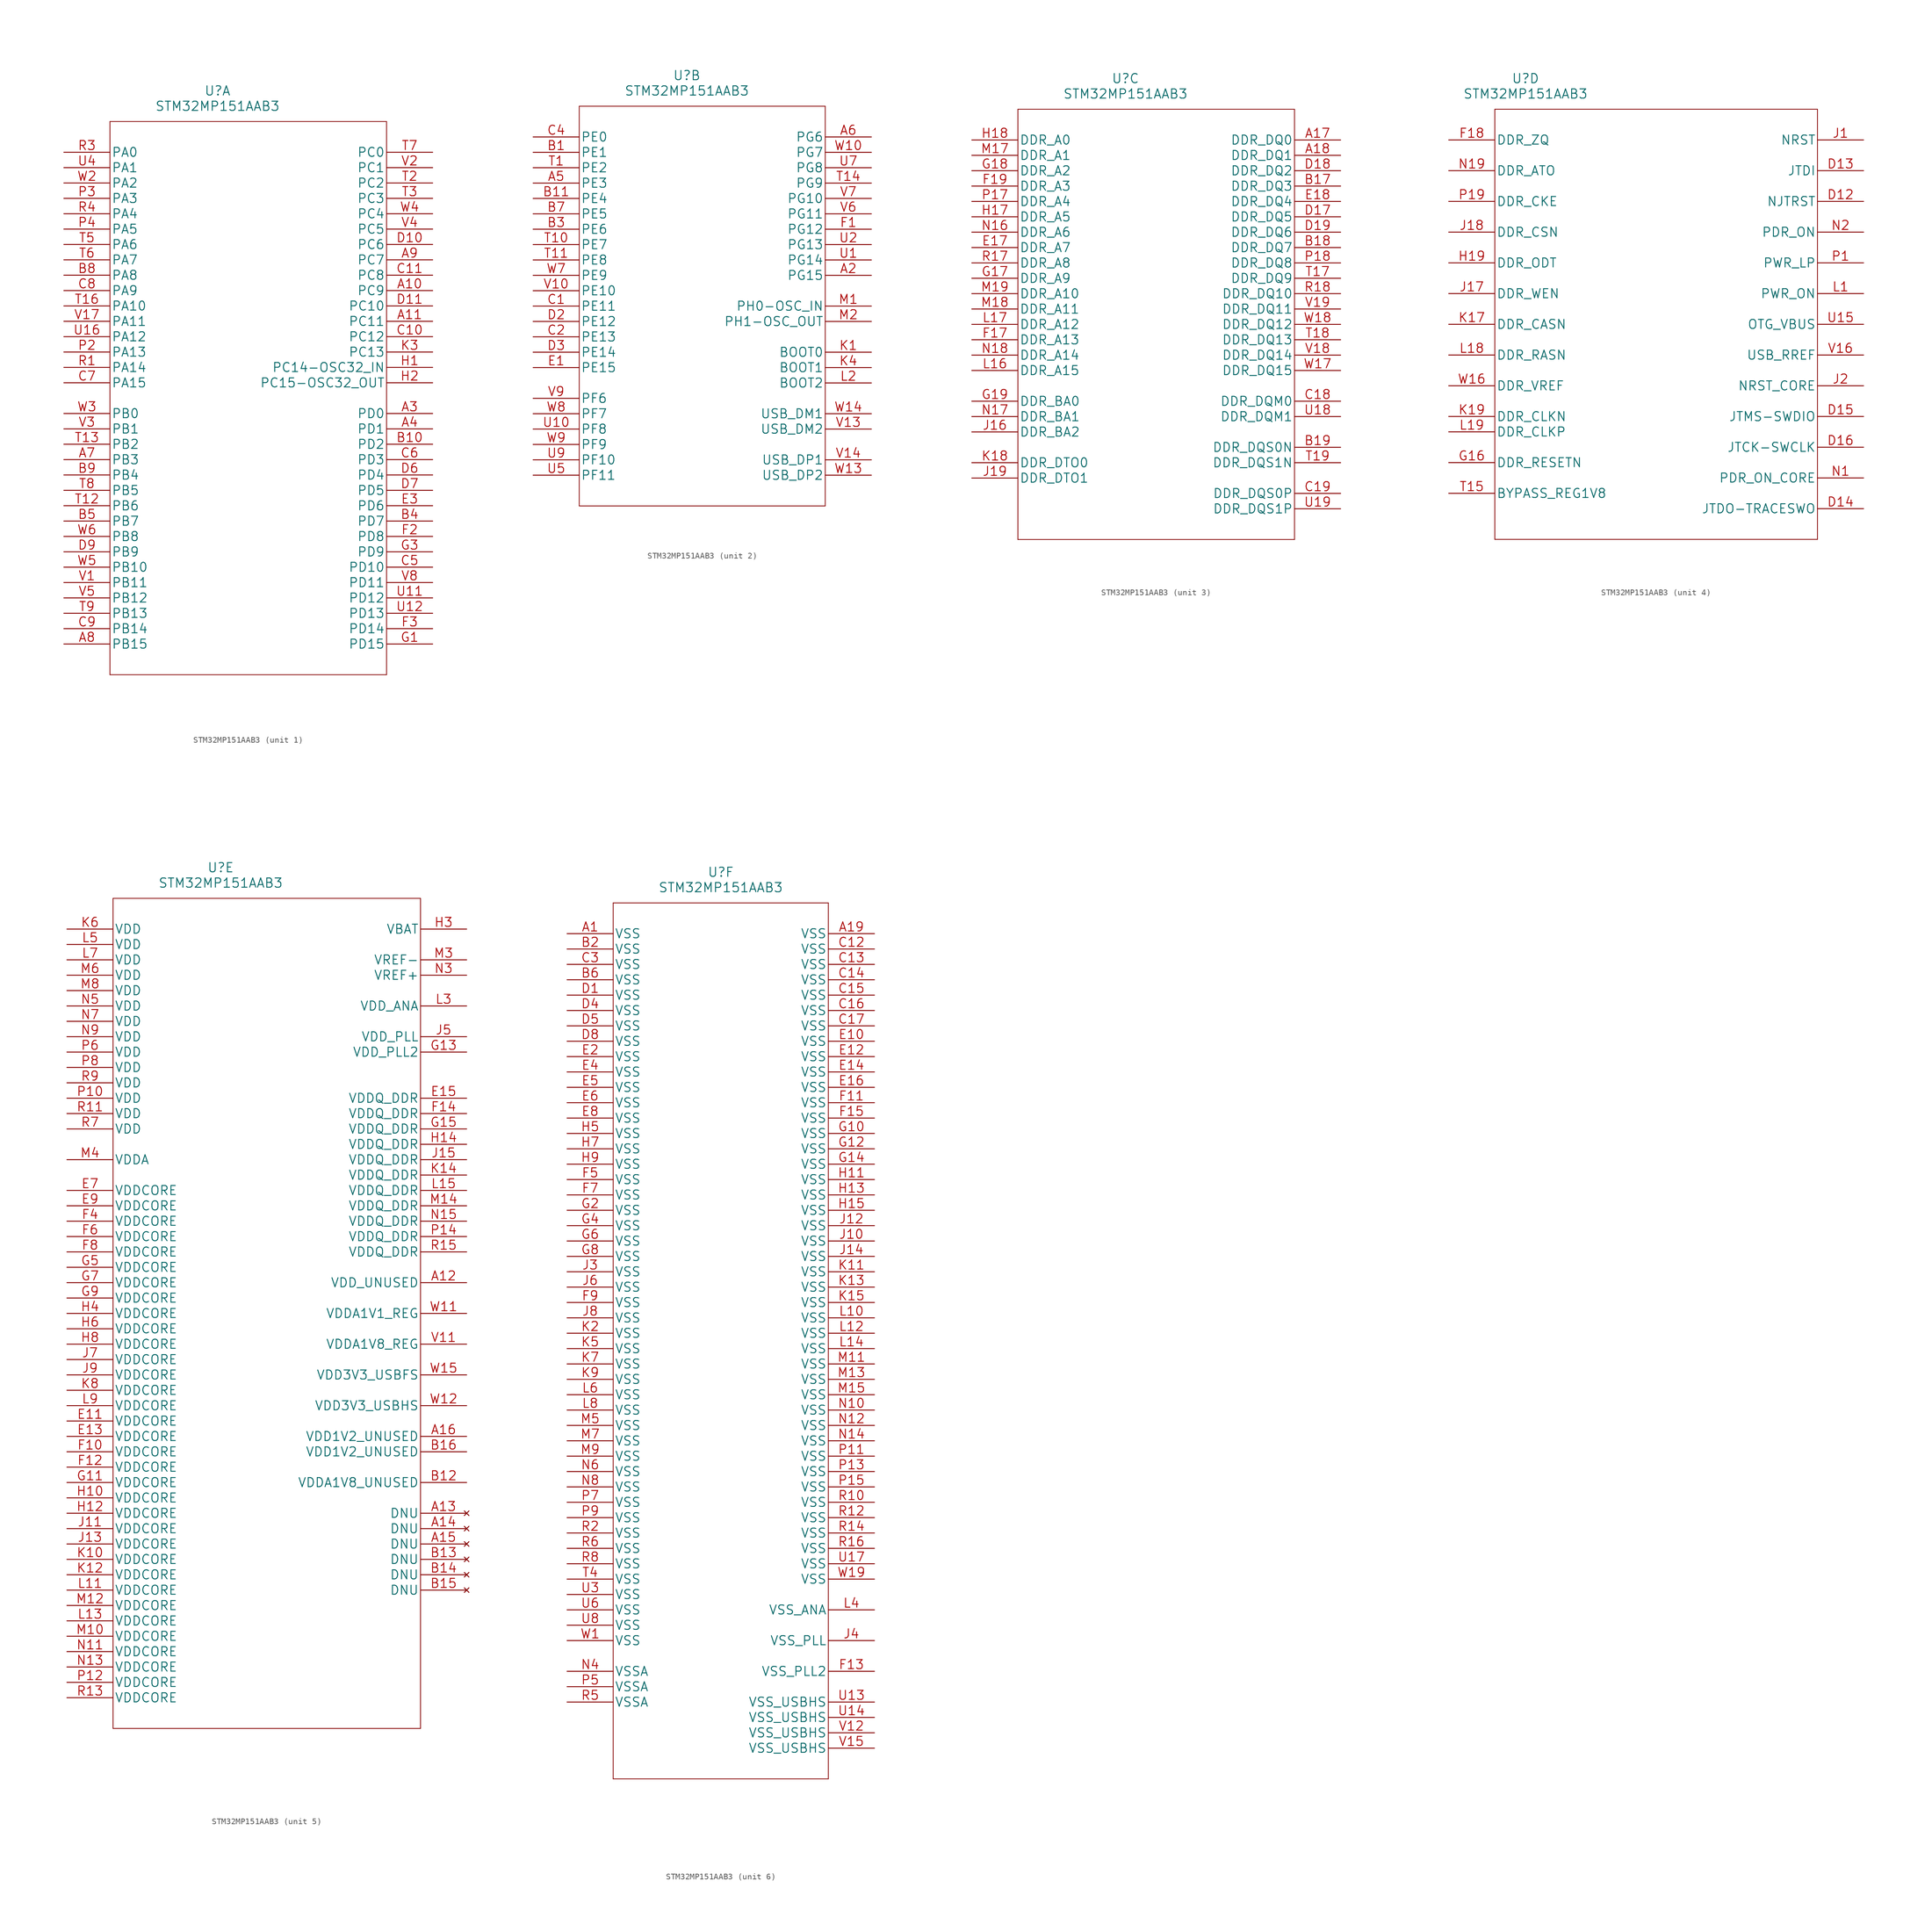
<source format=kicad_sym>
(kicad_symbol_lib
  (version 20211014)
  (generator kicad_symbol_editor)
  (symbol "STM32MP151AAB3"
    (pin_names
      (offset 0.254))
    (property "Reference" "U"
      (at 25.4 10.16 0)
      (effects (font (size 1.524 1.524))))
    (property "Value" "STM32MP151AAB3"
      (at 25.4 7.62 0)
      (effects (font (size 1.524 1.524))))
    (property "Datasheet" ""
      (at 12.7 0 0)
      (effects (font (size 1.524 1.524))))
    (symbol "STM32MP151AAB3_1_1"
      (polyline (pts (xy 7.62 -86.36) (xy 53.34 -86.36)) (stroke (width 0.127) (type default) (color 0 0 0 0)) (fill (type none)))
      (polyline (pts (xy 7.62 5.08) (xy 7.62 -86.36)) (stroke (width 0.127) (type default) (color 0 0 0 0)) (fill (type none)))
      (polyline (pts (xy 53.34 -86.36) (xy 53.34 5.08)) (stroke (width 0.127) (type default) (color 0 0 0 0)) (fill (type none)))
      (polyline (pts (xy 53.34 5.08) (xy 7.62 5.08)) (stroke (width 0.127) (type default) (color 0 0 0 0)) (fill (type none)))
      (pin bidirectional line (at 60.96 -22.86 180) (length 7.62) (name "PC9" (effects (font (size 1.499 1.499)))) (number "A10" (effects (font (size 1.499 1.499)))))
      (pin bidirectional line (at 60.96 -27.94 180) (length 7.62) (name "PC11" (effects (font (size 1.499 1.499)))) (number "A11" (effects (font (size 1.499 1.499)))))
      (pin bidirectional line (at 60.96 -43.18 180) (length 7.62) (name "PD0" (effects (font (size 1.499 1.499)))) (number "A3" (effects (font (size 1.499 1.499)))))
      (pin bidirectional line (at 60.96 -45.72 180) (length 7.62) (name "PD1" (effects (font (size 1.499 1.499)))) (number "A4" (effects (font (size 1.499 1.499)))))
      (pin bidirectional line (at 0 -50.8 0) (length 7.62) (name "PB3" (effects (font (size 1.499 1.499)))) (number "A7" (effects (font (size 1.499 1.499)))))
      (pin bidirectional line (at 0 -81.28 0) (length 7.62) (name "PB15" (effects (font (size 1.499 1.499)))) (number "A8" (effects (font (size 1.499 1.499)))))
      (pin bidirectional line (at 60.96 -17.78 180) (length 7.62) (name "PC7" (effects (font (size 1.499 1.499)))) (number "A9" (effects (font (size 1.499 1.499)))))
      (pin bidirectional line (at 60.96 -48.26 180) (length 7.62) (name "PD2" (effects (font (size 1.499 1.499)))) (number "B10" (effects (font (size 1.499 1.499)))))
      (pin bidirectional line (at 60.96 -60.96 180) (length 7.62) (name "PD7" (effects (font (size 1.499 1.499)))) (number "B4" (effects (font (size 1.499 1.499)))))
      (pin bidirectional line (at 0 -60.96 0) (length 7.62) (name "PB7" (effects (font (size 1.499 1.499)))) (number "B5" (effects (font (size 1.499 1.499)))))
      (pin bidirectional line (at 0 -20.32 0) (length 7.62) (name "PA8" (effects (font (size 1.499 1.499)))) (number "B8" (effects (font (size 1.499 1.499)))))
      (pin bidirectional line (at 0 -53.34 0) (length 7.62) (name "PB4" (effects (font (size 1.499 1.499)))) (number "B9" (effects (font (size 1.499 1.499)))))
      (pin bidirectional line (at 60.96 -30.48 180) (length 7.62) (name "PC12" (effects (font (size 1.499 1.499)))) (number "C10" (effects (font (size 1.499 1.499)))))
      (pin bidirectional line (at 60.96 -20.32 180) (length 7.62) (name "PC8" (effects (font (size 1.499 1.499)))) (number "C11" (effects (font (size 1.499 1.499)))))
      (pin bidirectional line (at 60.96 -68.58 180) (length 7.62) (name "PD10" (effects (font (size 1.499 1.499)))) (number "C5" (effects (font (size 1.499 1.499)))))
      (pin bidirectional line (at 60.96 -50.8 180) (length 7.62) (name "PD3" (effects (font (size 1.499 1.499)))) (number "C6" (effects (font (size 1.499 1.499)))))
      (pin bidirectional line (at 0 -38.1 0) (length 7.62) (name "PA15" (effects (font (size 1.499 1.499)))) (number "C7" (effects (font (size 1.499 1.499)))))
      (pin bidirectional line (at 0 -22.86 0) (length 7.62) (name "PA9" (effects (font (size 1.499 1.499)))) (number "C8" (effects (font (size 1.499 1.499)))))
      (pin bidirectional line (at 0 -78.74 0) (length 7.62) (name "PB14" (effects (font (size 1.499 1.499)))) (number "C9" (effects (font (size 1.499 1.499)))))
      (pin bidirectional line (at 60.96 -15.24 180) (length 7.62) (name "PC6" (effects (font (size 1.499 1.499)))) (number "D10" (effects (font (size 1.499 1.499)))))
      (pin bidirectional line (at 60.96 -25.4 180) (length 7.62) (name "PC10" (effects (font (size 1.499 1.499)))) (number "D11" (effects (font (size 1.499 1.499)))))
      (pin bidirectional line (at 60.96 -53.34 180) (length 7.62) (name "PD4" (effects (font (size 1.499 1.499)))) (number "D6" (effects (font (size 1.499 1.499)))))
      (pin bidirectional line (at 60.96 -55.88 180) (length 7.62) (name "PD5" (effects (font (size 1.499 1.499)))) (number "D7" (effects (font (size 1.499 1.499)))))
      (pin bidirectional line (at 0 -66.04 0) (length 7.62) (name "PB9" (effects (font (size 1.499 1.499)))) (number "D9" (effects (font (size 1.499 1.499)))))
      (pin bidirectional line (at 60.96 -58.42 180) (length 7.62) (name "PD6" (effects (font (size 1.499 1.499)))) (number "E3" (effects (font (size 1.499 1.499)))))
      (pin bidirectional line (at 60.96 -63.5 180) (length 7.62) (name "PD8" (effects (font (size 1.499 1.499)))) (number "F2" (effects (font (size 1.499 1.499)))))
      (pin bidirectional line (at 60.96 -78.74 180) (length 7.62) (name "PD14" (effects (font (size 1.499 1.499)))) (number "F3" (effects (font (size 1.499 1.499)))))
      (pin bidirectional line (at 60.96 -81.28 180) (length 7.62) (name "PD15" (effects (font (size 1.499 1.499)))) (number "G1" (effects (font (size 1.499 1.499)))))
      (pin bidirectional line (at 60.96 -66.04 180) (length 7.62) (name "PD9" (effects (font (size 1.499 1.499)))) (number "G3" (effects (font (size 1.499 1.499)))))
      (pin bidirectional line (at 60.96 -35.56 180) (length 7.62) (name "PC14-OSC32_IN" (effects (font (size 1.499 1.499)))) (number "H1" (effects (font (size 1.499 1.499)))))
      (pin bidirectional line (at 60.96 -38.1 180) (length 7.62) (name "PC15-OSC32_OUT" (effects (font (size 1.499 1.499)))) (number "H2" (effects (font (size 1.499 1.499)))))
      (pin bidirectional line (at 60.96 -33.02 180) (length 7.62) (name "PC13" (effects (font (size 1.499 1.499)))) (number "K3" (effects (font (size 1.499 1.499)))))
      (pin bidirectional line (at 0 -33.02 0) (length 7.62) (name "PA13" (effects (font (size 1.499 1.499)))) (number "P2" (effects (font (size 1.499 1.499)))))
      (pin bidirectional line (at 0 -7.62 0) (length 7.62) (name "PA3" (effects (font (size 1.499 1.499)))) (number "P3" (effects (font (size 1.499 1.499)))))
      (pin bidirectional line (at 0 -12.7 0) (length 7.62) (name "PA5" (effects (font (size 1.499 1.499)))) (number "P4" (effects (font (size 1.499 1.499)))))
      (pin bidirectional line (at 0 -35.56 0) (length 7.62) (name "PA14" (effects (font (size 1.499 1.499)))) (number "R1" (effects (font (size 1.499 1.499)))))
      (pin bidirectional line (at 0 0 0) (length 7.62) (name "PA0" (effects (font (size 1.499 1.499)))) (number "R3" (effects (font (size 1.499 1.499)))))
      (pin bidirectional line (at 0 -10.16 0) (length 7.62) (name "PA4" (effects (font (size 1.499 1.499)))) (number "R4" (effects (font (size 1.499 1.499)))))
      (pin bidirectional line (at 0 -58.42 0) (length 7.62) (name "PB6" (effects (font (size 1.499 1.499)))) (number "T12" (effects (font (size 1.499 1.499)))))
      (pin bidirectional line (at 0 -48.26 0) (length 7.62) (name "PB2" (effects (font (size 1.499 1.499)))) (number "T13" (effects (font (size 1.499 1.499)))))
      (pin bidirectional line (at 0 -25.4 0) (length 7.62) (name "PA10" (effects (font (size 1.499 1.499)))) (number "T16" (effects (font (size 1.499 1.499)))))
      (pin bidirectional line (at 60.96 -5.08 180) (length 7.62) (name "PC2" (effects (font (size 1.499 1.499)))) (number "T2" (effects (font (size 1.499 1.499)))))
      (pin bidirectional line (at 60.96 -7.62 180) (length 7.62) (name "PC3" (effects (font (size 1.499 1.499)))) (number "T3" (effects (font (size 1.499 1.499)))))
      (pin bidirectional line (at 0 -15.24 0) (length 7.62) (name "PA6" (effects (font (size 1.499 1.499)))) (number "T5" (effects (font (size 1.499 1.499)))))
      (pin bidirectional line (at 0 -17.78 0) (length 7.62) (name "PA7" (effects (font (size 1.499 1.499)))) (number "T6" (effects (font (size 1.499 1.499)))))
      (pin bidirectional line (at 60.96 0 180) (length 7.62) (name "PC0" (effects (font (size 1.499 1.499)))) (number "T7" (effects (font (size 1.499 1.499)))))
      (pin bidirectional line (at 0 -55.88 0) (length 7.62) (name "PB5" (effects (font (size 1.499 1.499)))) (number "T8" (effects (font (size 1.499 1.499)))))
      (pin bidirectional line (at 0 -76.2 0) (length 7.62) (name "PB13" (effects (font (size 1.499 1.499)))) (number "T9" (effects (font (size 1.499 1.499)))))
      (pin bidirectional line (at 60.96 -73.66 180) (length 7.62) (name "PD12" (effects (font (size 1.499 1.499)))) (number "U11" (effects (font (size 1.499 1.499)))))
      (pin bidirectional line (at 60.96 -76.2 180) (length 7.62) (name "PD13" (effects (font (size 1.499 1.499)))) (number "U12" (effects (font (size 1.499 1.499)))))
      (pin bidirectional line (at 0 -30.48 0) (length 7.62) (name "PA12" (effects (font (size 1.499 1.499)))) (number "U16" (effects (font (size 1.499 1.499)))))
      (pin bidirectional line (at 0 -2.54 0) (length 7.62) (name "PA1" (effects (font (size 1.499 1.499)))) (number "U4" (effects (font (size 1.499 1.499)))))
      (pin bidirectional line (at 0 -71.12 0) (length 7.62) (name "PB11" (effects (font (size 1.499 1.499)))) (number "V1" (effects (font (size 1.499 1.499)))))
      (pin bidirectional line (at 0 -27.94 0) (length 7.62) (name "PA11" (effects (font (size 1.499 1.499)))) (number "V17" (effects (font (size 1.499 1.499)))))
      (pin bidirectional line (at 60.96 -2.54 180) (length 7.62) (name "PC1" (effects (font (size 1.499 1.499)))) (number "V2" (effects (font (size 1.499 1.499)))))
      (pin bidirectional line (at 0 -45.72 0) (length 7.62) (name "PB1" (effects (font (size 1.499 1.499)))) (number "V3" (effects (font (size 1.499 1.499)))))
      (pin bidirectional line (at 60.96 -12.7 180) (length 7.62) (name "PC5" (effects (font (size 1.499 1.499)))) (number "V4" (effects (font (size 1.499 1.499)))))
      (pin bidirectional line (at 0 -73.66 0) (length 7.62) (name "PB12" (effects (font (size 1.499 1.499)))) (number "V5" (effects (font (size 1.499 1.499)))))
      (pin bidirectional line (at 60.96 -71.12 180) (length 7.62) (name "PD11" (effects (font (size 1.499 1.499)))) (number "V8" (effects (font (size 1.499 1.499)))))
      (pin bidirectional line (at 0 -5.08 0) (length 7.62) (name "PA2" (effects (font (size 1.499 1.499)))) (number "W2" (effects (font (size 1.499 1.499)))))
      (pin bidirectional line (at 0 -43.18 0) (length 7.62) (name "PB0" (effects (font (size 1.499 1.499)))) (number "W3" (effects (font (size 1.499 1.499)))))
      (pin bidirectional line (at 60.96 -10.16 180) (length 7.62) (name "PC4" (effects (font (size 1.499 1.499)))) (number "W4" (effects (font (size 1.499 1.499)))))
      (pin bidirectional line (at 0 -68.58 0) (length 7.62) (name "PB10" (effects (font (size 1.499 1.499)))) (number "W5" (effects (font (size 1.499 1.499)))))
      (pin bidirectional line (at 0 -63.5 0) (length 7.62) (name "PB8" (effects (font (size 1.499 1.499)))) (number "W6" (effects (font (size 1.499 1.499))))))
    (symbol "STM32MP151AAB3_2_1"
      (polyline (pts (xy 7.62 -60.96) (xy 48.26 -60.96)) (stroke (width 0.127) (type default) (color 0 0 0 0)) (fill (type none)))
      (polyline (pts (xy 7.62 5.08) (xy 7.62 -60.96)) (stroke (width 0.127) (type default) (color 0 0 0 0)) (fill (type none)))
      (polyline (pts (xy 48.26 -60.96) (xy 48.26 5.08)) (stroke (width 0.127) (type default) (color 0 0 0 0)) (fill (type none)))
      (polyline (pts (xy 48.26 5.08) (xy 7.62 5.08)) (stroke (width 0.127) (type default) (color 0 0 0 0)) (fill (type none)))
      (pin bidirectional line (at 55.88 -22.86 180) (length 7.62) (name "PG15" (effects (font (size 1.499 1.499)))) (number "A2" (effects (font (size 1.499 1.499)))))
      (pin bidirectional line (at 0 -7.62 0) (length 7.62) (name "PE3" (effects (font (size 1.499 1.499)))) (number "A5" (effects (font (size 1.499 1.499)))))
      (pin bidirectional line (at 55.88 0 180) (length 7.62) (name "PG6" (effects (font (size 1.499 1.499)))) (number "A6" (effects (font (size 1.499 1.499)))))
      (pin bidirectional line (at 0 -2.54 0) (length 7.62) (name "PE1" (effects (font (size 1.499 1.499)))) (number "B1" (effects (font (size 1.499 1.499)))))
      (pin bidirectional line (at 0 -10.16 0) (length 7.62) (name "PE4" (effects (font (size 1.499 1.499)))) (number "B11" (effects (font (size 1.499 1.499)))))
      (pin bidirectional line (at 0 -15.24 0) (length 7.62) (name "PE6" (effects (font (size 1.499 1.499)))) (number "B3" (effects (font (size 1.499 1.499)))))
      (pin bidirectional line (at 0 -12.7 0) (length 7.62) (name "PE5" (effects (font (size 1.499 1.499)))) (number "B7" (effects (font (size 1.499 1.499)))))
      (pin bidirectional line (at 0 -27.94 0) (length 7.62) (name "PE11" (effects (font (size 1.499 1.499)))) (number "C1" (effects (font (size 1.499 1.499)))))
      (pin bidirectional line (at 0 -33.02 0) (length 7.62) (name "PE13" (effects (font (size 1.499 1.499)))) (number "C2" (effects (font (size 1.499 1.499)))))
      (pin bidirectional line (at 0 0 0) (length 7.62) (name "PE0" (effects (font (size 1.499 1.499)))) (number "C4" (effects (font (size 1.499 1.499)))))
      (pin bidirectional line (at 0 -30.48 0) (length 7.62) (name "PE12" (effects (font (size 1.499 1.499)))) (number "D2" (effects (font (size 1.499 1.499)))))
      (pin bidirectional line (at 0 -35.56 0) (length 7.62) (name "PE14" (effects (font (size 1.499 1.499)))) (number "D3" (effects (font (size 1.499 1.499)))))
      (pin bidirectional line (at 0 -38.1 0) (length 7.62) (name "PE15" (effects (font (size 1.499 1.499)))) (number "E1" (effects (font (size 1.499 1.499)))))
      (pin bidirectional line (at 55.88 -15.24 180) (length 7.62) (name "PG12" (effects (font (size 1.499 1.499)))) (number "F1" (effects (font (size 1.499 1.499)))))
      (pin input line (at 55.88 -35.56 180) (length 7.62) (name "BOOT0" (effects (font (size 1.499 1.499)))) (number "K1" (effects (font (size 1.499 1.499)))))
      (pin input line (at 55.88 -38.1 180) (length 7.62) (name "BOOT1" (effects (font (size 1.499 1.499)))) (number "K4" (effects (font (size 1.499 1.499)))))
      (pin input line (at 55.88 -40.64 180) (length 7.62) (name "BOOT2" (effects (font (size 1.499 1.499)))) (number "L2" (effects (font (size 1.499 1.499)))))
      (pin bidirectional line (at 55.88 -27.94 180) (length 7.62) (name "PH0-OSC_IN" (effects (font (size 1.499 1.499)))) (number "M1" (effects (font (size 1.499 1.499)))))
      (pin bidirectional line (at 55.88 -30.48 180) (length 7.62) (name "PH1-OSC_OUT" (effects (font (size 1.499 1.499)))) (number "M2" (effects (font (size 1.499 1.499)))))
      (pin bidirectional line (at 0 -5.08 0) (length 7.62) (name "PE2" (effects (font (size 1.499 1.499)))) (number "T1" (effects (font (size 1.499 1.499)))))
      (pin bidirectional line (at 0 -17.78 0) (length 7.62) (name "PE7" (effects (font (size 1.499 1.499)))) (number "T10" (effects (font (size 1.499 1.499)))))
      (pin bidirectional line (at 0 -20.32 0) (length 7.62) (name "PE8" (effects (font (size 1.499 1.499)))) (number "T11" (effects (font (size 1.499 1.499)))))
      (pin bidirectional line (at 55.88 -7.62 180) (length 7.62) (name "PG9" (effects (font (size 1.499 1.499)))) (number "T14" (effects (font (size 1.499 1.499)))))
      (pin bidirectional line (at 55.88 -20.32 180) (length 7.62) (name "PG14" (effects (font (size 1.499 1.499)))) (number "U1" (effects (font (size 1.499 1.499)))))
      (pin bidirectional line (at 0 -48.26 0) (length 7.62) (name "PF8" (effects (font (size 1.499 1.499)))) (number "U10" (effects (font (size 1.499 1.499)))))
      (pin bidirectional line (at 55.88 -17.78 180) (length 7.62) (name "PG13" (effects (font (size 1.499 1.499)))) (number "U2" (effects (font (size 1.499 1.499)))))
      (pin bidirectional line (at 0 -55.88 0) (length 7.62) (name "PF11" (effects (font (size 1.499 1.499)))) (number "U5" (effects (font (size 1.499 1.499)))))
      (pin bidirectional line (at 55.88 -5.08 180) (length 7.62) (name "PG8" (effects (font (size 1.499 1.499)))) (number "U7" (effects (font (size 1.499 1.499)))))
      (pin bidirectional line (at 0 -53.34 0) (length 7.62) (name "PF10" (effects (font (size 1.499 1.499)))) (number "U9" (effects (font (size 1.499 1.499)))))
      (pin bidirectional line (at 0 -25.4 0) (length 7.62) (name "PE10" (effects (font (size 1.499 1.499)))) (number "V10" (effects (font (size 1.499 1.499)))))
      (pin bidirectional line (at 55.88 -48.26 180) (length 7.62) (name "USB_DM2" (effects (font (size 1.499 1.499)))) (number "V13" (effects (font (size 1.499 1.499)))))
      (pin bidirectional line (at 55.88 -53.34 180) (length 7.62) (name "USB_DP1" (effects (font (size 1.499 1.499)))) (number "V14" (effects (font (size 1.499 1.499)))))
      (pin bidirectional line (at 55.88 -12.7 180) (length 7.62) (name "PG11" (effects (font (size 1.499 1.499)))) (number "V6" (effects (font (size 1.499 1.499)))))
      (pin bidirectional line (at 55.88 -10.16 180) (length 7.62) (name "PG10" (effects (font (size 1.499 1.499)))) (number "V7" (effects (font (size 1.499 1.499)))))
      (pin bidirectional line (at 0 -43.18 0) (length 7.62) (name "PF6" (effects (font (size 1.499 1.499)))) (number "V9" (effects (font (size 1.499 1.499)))))
      (pin bidirectional line (at 55.88 -2.54 180) (length 7.62) (name "PG7" (effects (font (size 1.499 1.499)))) (number "W10" (effects (font (size 1.499 1.499)))))
      (pin bidirectional line (at 55.88 -55.88 180) (length 7.62) (name "USB_DP2" (effects (font (size 1.499 1.499)))) (number "W13" (effects (font (size 1.499 1.499)))))
      (pin bidirectional line (at 55.88 -45.72 180) (length 7.62) (name "USB_DM1" (effects (font (size 1.499 1.499)))) (number "W14" (effects (font (size 1.499 1.499)))))
      (pin bidirectional line (at 0 -22.86 0) (length 7.62) (name "PE9" (effects (font (size 1.499 1.499)))) (number "W7" (effects (font (size 1.499 1.499)))))
      (pin bidirectional line (at 0 -45.72 0) (length 7.62) (name "PF7" (effects (font (size 1.499 1.499)))) (number "W8" (effects (font (size 1.499 1.499)))))
      (pin bidirectional line (at 0 -50.8 0) (length 7.62) (name "PF9" (effects (font (size 1.499 1.499)))) (number "W9" (effects (font (size 1.499 1.499))))))
    (symbol "STM32MP151AAB3_3_1"
      (polyline (pts (xy 7.62 -66.04) (xy 53.34 -66.04)) (stroke (width 0.127) (type default) (color 0 0 0 0)) (fill (type none)))
      (polyline (pts (xy 7.62 5.08) (xy 7.62 -66.04)) (stroke (width 0.127) (type default) (color 0 0 0 0)) (fill (type none)))
      (polyline (pts (xy 53.34 -66.04) (xy 53.34 5.08)) (stroke (width 0.127) (type default) (color 0 0 0 0)) (fill (type none)))
      (polyline (pts (xy 53.34 5.08) (xy 7.62 5.08)) (stroke (width 0.127) (type default) (color 0 0 0 0)) (fill (type none)))
      (pin bidirectional line (at 60.96 0 180) (length 7.62) (name "DDR_DQ0" (effects (font (size 1.499 1.499)))) (number "A17" (effects (font (size 1.499 1.499)))))
      (pin bidirectional line (at 60.96 -2.54 180) (length 7.62) (name "DDR_DQ1" (effects (font (size 1.499 1.499)))) (number "A18" (effects (font (size 1.499 1.499)))))
      (pin bidirectional line (at 60.96 -7.62 180) (length 7.62) (name "DDR_DQ3" (effects (font (size 1.499 1.499)))) (number "B17" (effects (font (size 1.499 1.499)))))
      (pin bidirectional line (at 60.96 -17.78 180) (length 7.62) (name "DDR_DQ7" (effects (font (size 1.499 1.499)))) (number "B18" (effects (font (size 1.499 1.499)))))
      (pin bidirectional line (at 60.96 -50.8 180) (length 7.62) (name "DDR_DQS0N" (effects (font (size 1.499 1.499)))) (number "B19" (effects (font (size 1.499 1.499)))))
      (pin output line (at 60.96 -43.18 180) (length 7.62) (name "DDR_DQM0" (effects (font (size 1.499 1.499)))) (number "C18" (effects (font (size 1.499 1.499)))))
      (pin bidirectional line (at 60.96 -58.42 180) (length 7.62) (name "DDR_DQS0P" (effects (font (size 1.499 1.499)))) (number "C19" (effects (font (size 1.499 1.499)))))
      (pin bidirectional line (at 60.96 -12.7 180) (length 7.62) (name "DDR_DQ5" (effects (font (size 1.499 1.499)))) (number "D17" (effects (font (size 1.499 1.499)))))
      (pin bidirectional line (at 60.96 -5.08 180) (length 7.62) (name "DDR_DQ2" (effects (font (size 1.499 1.499)))) (number "D18" (effects (font (size 1.499 1.499)))))
      (pin bidirectional line (at 60.96 -15.24 180) (length 7.62) (name "DDR_DQ6" (effects (font (size 1.499 1.499)))) (number "D19" (effects (font (size 1.499 1.499)))))
      (pin output line (at 0 -17.78 0) (length 7.62) (name "DDR_A7" (effects (font (size 1.499 1.499)))) (number "E17" (effects (font (size 1.499 1.499)))))
      (pin bidirectional line (at 60.96 -10.16 180) (length 7.62) (name "DDR_DQ4" (effects (font (size 1.499 1.499)))) (number "E18" (effects (font (size 1.499 1.499)))))
      (pin output line (at 0 -33.02 0) (length 7.62) (name "DDR_A13" (effects (font (size 1.499 1.499)))) (number "F17" (effects (font (size 1.499 1.499)))))
      (pin output line (at 0 -7.62 0) (length 7.62) (name "DDR_A3" (effects (font (size 1.499 1.499)))) (number "F19" (effects (font (size 1.499 1.499)))))
      (pin output line (at 0 -22.86 0) (length 7.62) (name "DDR_A9" (effects (font (size 1.499 1.499)))) (number "G17" (effects (font (size 1.499 1.499)))))
      (pin output line (at 0 -5.08 0) (length 7.62) (name "DDR_A2" (effects (font (size 1.499 1.499)))) (number "G18" (effects (font (size 1.499 1.499)))))
      (pin output line (at 0 -43.18 0) (length 7.62) (name "DDR_BA0" (effects (font (size 1.499 1.499)))) (number "G19" (effects (font (size 1.499 1.499)))))
      (pin output line (at 0 -12.7 0) (length 7.62) (name "DDR_A5" (effects (font (size 1.499 1.499)))) (number "H17" (effects (font (size 1.499 1.499)))))
      (pin output line (at 0 0 0) (length 7.62) (name "DDR_A0" (effects (font (size 1.499 1.499)))) (number "H18" (effects (font (size 1.499 1.499)))))
      (pin output line (at 0 -48.26 0) (length 7.62) (name "DDR_BA2" (effects (font (size 1.499 1.499)))) (number "J16" (effects (font (size 1.499 1.499)))))
      (pin output line (at 0 -55.88 0) (length 7.62) (name "DDR_DTO1" (effects (font (size 1.499 1.499)))) (number "J19" (effects (font (size 1.499 1.499)))))
      (pin output line (at 0 -53.34 0) (length 7.62) (name "DDR_DTO0" (effects (font (size 1.499 1.499)))) (number "K18" (effects (font (size 1.499 1.499)))))
      (pin output line (at 0 -38.1 0) (length 7.62) (name "DDR_A15" (effects (font (size 1.499 1.499)))) (number "L16" (effects (font (size 1.499 1.499)))))
      (pin output line (at 0 -30.48 0) (length 7.62) (name "DDR_A12" (effects (font (size 1.499 1.499)))) (number "L17" (effects (font (size 1.499 1.499)))))
      (pin output line (at 0 -2.54 0) (length 7.62) (name "DDR_A1" (effects (font (size 1.499 1.499)))) (number "M17" (effects (font (size 1.499 1.499)))))
      (pin output line (at 0 -27.94 0) (length 7.62) (name "DDR_A11" (effects (font (size 1.499 1.499)))) (number "M18" (effects (font (size 1.499 1.499)))))
      (pin output line (at 0 -25.4 0) (length 7.62) (name "DDR_A10" (effects (font (size 1.499 1.499)))) (number "M19" (effects (font (size 1.499 1.499)))))
      (pin output line (at 0 -15.24 0) (length 7.62) (name "DDR_A6" (effects (font (size 1.499 1.499)))) (number "N16" (effects (font (size 1.499 1.499)))))
      (pin output line (at 0 -45.72 0) (length 7.62) (name "DDR_BA1" (effects (font (size 1.499 1.499)))) (number "N17" (effects (font (size 1.499 1.499)))))
      (pin output line (at 0 -35.56 0) (length 7.62) (name "DDR_A14" (effects (font (size 1.499 1.499)))) (number "N18" (effects (font (size 1.499 1.499)))))
      (pin output line (at 0 -10.16 0) (length 7.62) (name "DDR_A4" (effects (font (size 1.499 1.499)))) (number "P17" (effects (font (size 1.499 1.499)))))
      (pin bidirectional line (at 60.96 -20.32 180) (length 7.62) (name "DDR_DQ8" (effects (font (size 1.499 1.499)))) (number "P18" (effects (font (size 1.499 1.499)))))
      (pin output line (at 0 -20.32 0) (length 7.62) (name "DDR_A8" (effects (font (size 1.499 1.499)))) (number "R17" (effects (font (size 1.499 1.499)))))
      (pin bidirectional line (at 60.96 -25.4 180) (length 7.62) (name "DDR_DQ10" (effects (font (size 1.499 1.499)))) (number "R18" (effects (font (size 1.499 1.499)))))
      (pin bidirectional line (at 60.96 -22.86 180) (length 7.62) (name "DDR_DQ9" (effects (font (size 1.499 1.499)))) (number "T17" (effects (font (size 1.499 1.499)))))
      (pin bidirectional line (at 60.96 -33.02 180) (length 7.62) (name "DDR_DQ13" (effects (font (size 1.499 1.499)))) (number "T18" (effects (font (size 1.499 1.499)))))
      (pin bidirectional line (at 60.96 -53.34 180) (length 7.62) (name "DDR_DQS1N" (effects (font (size 1.499 1.499)))) (number "T19" (effects (font (size 1.499 1.499)))))
      (pin output line (at 60.96 -45.72 180) (length 7.62) (name "DDR_DQM1" (effects (font (size 1.499 1.499)))) (number "U18" (effects (font (size 1.499 1.499)))))
      (pin bidirectional line (at 60.96 -60.96 180) (length 7.62) (name "DDR_DQS1P" (effects (font (size 1.499 1.499)))) (number "U19" (effects (font (size 1.499 1.499)))))
      (pin bidirectional line (at 60.96 -35.56 180) (length 7.62) (name "DDR_DQ14" (effects (font (size 1.499 1.499)))) (number "V18" (effects (font (size 1.499 1.499)))))
      (pin bidirectional line (at 60.96 -27.94 180) (length 7.62) (name "DDR_DQ11" (effects (font (size 1.499 1.499)))) (number "V19" (effects (font (size 1.499 1.499)))))
      (pin bidirectional line (at 60.96 -38.1 180) (length 7.62) (name "DDR_DQ15" (effects (font (size 1.499 1.499)))) (number "W17" (effects (font (size 1.499 1.499)))))
      (pin bidirectional line (at 60.96 -30.48 180) (length 7.62) (name "DDR_DQ12" (effects (font (size 1.499 1.499)))) (number "W18" (effects (font (size 1.499 1.499))))))
    (symbol "STM32MP151AAB3_4_1"
      (polyline (pts (xy 20.32 -66.04) (xy 73.66 -66.04)) (stroke (width 0.127) (type default) (color 0 0 0 0)) (fill (type none)))
      (polyline (pts (xy 20.32 5.08) (xy 20.32 -66.04)) (stroke (width 0.127) (type default) (color 0 0 0 0)) (fill (type none)))
      (polyline (pts (xy 73.66 -66.04) (xy 73.66 5.08)) (stroke (width 0.127) (type default) (color 0 0 0 0)) (fill (type none)))
      (polyline (pts (xy 73.66 5.08) (xy 20.32 5.08)) (stroke (width 0.127) (type default) (color 0 0 0 0)) (fill (type none)))
      (pin input line (at 81.28 -10.16 180) (length 7.62) (name "NJTRST" (effects (font (size 1.499 1.499)))) (number "D12" (effects (font (size 1.499 1.499)))))
      (pin input line (at 81.28 -5.08 180) (length 7.62) (name "JTDI" (effects (font (size 1.499 1.499)))) (number "D13" (effects (font (size 1.499 1.499)))))
      (pin output line (at 81.28 -60.96 180) (length 7.62) (name "JTDO-TRACESWO" (effects (font (size 1.499 1.499)))) (number "D14" (effects (font (size 1.499 1.499)))))
      (pin bidirectional line (at 81.28 -45.72 180) (length 7.62) (name "JTMS-SWDIO" (effects (font (size 1.499 1.499)))) (number "D15" (effects (font (size 1.499 1.499)))))
      (pin input line (at 81.28 -50.8 180) (length 7.62) (name "JTCK-SWCLK" (effects (font (size 1.499 1.499)))) (number "D16" (effects (font (size 1.499 1.499)))))
      (pin output line (at 12.7 0 0) (length 7.62) (name "DDR_ZQ" (effects (font (size 1.499 1.499)))) (number "F18" (effects (font (size 1.499 1.499)))))
      (pin output line (at 12.7 -53.34 0) (length 7.62) (name "DDR_RESETN" (effects (font (size 1.499 1.499)))) (number "G16" (effects (font (size 1.499 1.499)))))
      (pin output line (at 12.7 -20.32 0) (length 7.62) (name "DDR_ODT" (effects (font (size 1.499 1.499)))) (number "H19" (effects (font (size 1.499 1.499)))))
      (pin bidirectional line (at 81.28 0 180) (length 7.62) (name "NRST" (effects (font (size 1.499 1.499)))) (number "J1" (effects (font (size 1.499 1.499)))))
      (pin output line (at 12.7 -25.4 0) (length 7.62) (name "DDR_WEN" (effects (font (size 1.499 1.499)))) (number "J17" (effects (font (size 1.499 1.499)))))
      (pin output line (at 12.7 -15.24 0) (length 7.62) (name "DDR_CSN" (effects (font (size 1.499 1.499)))) (number "J18" (effects (font (size 1.499 1.499)))))
      (pin input line (at 81.28 -40.64 180) (length 7.62) (name "NRST_CORE" (effects (font (size 1.499 1.499)))) (number "J2" (effects (font (size 1.499 1.499)))))
      (pin output line (at 12.7 -30.48 0) (length 7.62) (name "DDR_CASN" (effects (font (size 1.499 1.499)))) (number "K17" (effects (font (size 1.499 1.499)))))
      (pin output line (at 12.7 -45.72 0) (length 7.62) (name "DDR_CLKN" (effects (font (size 1.499 1.499)))) (number "K19" (effects (font (size 1.499 1.499)))))
      (pin output line (at 81.28 -25.4 180) (length 7.62) (name "PWR_ON" (effects (font (size 1.499 1.499)))) (number "L1" (effects (font (size 1.499 1.499)))))
      (pin output line (at 12.7 -35.56 0) (length 7.62) (name "DDR_RASN" (effects (font (size 1.499 1.499)))) (number "L18" (effects (font (size 1.499 1.499)))))
      (pin output line (at 12.7 -48.26 0) (length 7.62) (name "DDR_CLKP" (effects (font (size 1.499 1.499)))) (number "L19" (effects (font (size 1.499 1.499)))))
      (pin input line (at 81.28 -55.88 180) (length 7.62) (name "PDR_ON_CORE" (effects (font (size 1.499 1.499)))) (number "N1" (effects (font (size 1.499 1.499)))))
      (pin unspecified line (at 12.7 -5.08 0) (length 7.62) (name "DDR_ATO" (effects (font (size 1.499 1.499)))) (number "N19" (effects (font (size 1.499 1.499)))))
      (pin input line (at 81.28 -15.24 180) (length 7.62) (name "PDR_ON" (effects (font (size 1.499 1.499)))) (number "N2" (effects (font (size 1.499 1.499)))))
      (pin output line (at 81.28 -20.32 180) (length 7.62) (name "PWR_LP" (effects (font (size 1.499 1.499)))) (number "P1" (effects (font (size 1.499 1.499)))))
      (pin output line (at 12.7 -10.16 0) (length 7.62) (name "DDR_CKE" (effects (font (size 1.499 1.499)))) (number "P19" (effects (font (size 1.499 1.499)))))
      (pin input line (at 12.7 -58.42 0) (length 7.62) (name "BYPASS_REG1V8" (effects (font (size 1.499 1.499)))) (number "T15" (effects (font (size 1.499 1.499)))))
      (pin power_in line (at 81.28 -30.48 180) (length 7.62) (name "OTG_VBUS" (effects (font (size 1.499 1.499)))) (number "U15" (effects (font (size 1.499 1.499)))))
      (pin output line (at 81.28 -35.56 180) (length 7.62) (name "USB_RREF" (effects (font (size 1.499 1.499)))) (number "V16" (effects (font (size 1.499 1.499)))))
      (pin input line (at 12.7 -40.64 0) (length 7.62) (name "DDR_VREF" (effects (font (size 1.499 1.499)))) (number "W16" (effects (font (size 1.499 1.499))))))
    (symbol "STM32MP151AAB3_5_1"
      (polyline (pts (xy 7.62 -132.08) (xy 58.42 -132.08)) (stroke (width 0.127) (type default) (color 0 0 0 0)) (fill (type none)))
      (polyline (pts (xy 7.62 5.08) (xy 7.62 -132.08)) (stroke (width 0.127) (type default) (color 0 0 0 0)) (fill (type none)))
      (polyline (pts (xy 58.42 -132.08) (xy 58.42 5.08)) (stroke (width 0.127) (type default) (color 0 0 0 0)) (fill (type none)))
      (polyline (pts (xy 58.42 5.08) (xy 7.62 5.08)) (stroke (width 0.127) (type default) (color 0 0 0 0)) (fill (type none)))
      (pin power_in line (at 66.04 -58.42 180) (length 7.62) (name "VDD_UNUSED" (effects (font (size 1.499 1.499)))) (number "A12" (effects (font (size 1.499 1.499)))))
      (pin no_connect line (at 66.04 -96.52 180) (length 7.62) (name "DNU" (effects (font (size 1.499 1.499)))) (number "A13" (effects (font (size 1.499 1.499)))))
      (pin no_connect line (at 66.04 -99.06 180) (length 7.62) (name "DNU" (effects (font (size 1.499 1.499)))) (number "A14" (effects (font (size 1.499 1.499)))))
      (pin no_connect line (at 66.04 -101.6 180) (length 7.62) (name "DNU" (effects (font (size 1.499 1.499)))) (number "A15" (effects (font (size 1.499 1.499)))))
      (pin power_in line (at 66.04 -83.82 180) (length 7.62) (name "VDD1V2_UNUSED" (effects (font (size 1.499 1.499)))) (number "A16" (effects (font (size 1.499 1.499)))))
      (pin power_in line (at 66.04 -91.44 180) (length 7.62) (name "VDDA1V8_UNUSED" (effects (font (size 1.499 1.499)))) (number "B12" (effects (font (size 1.499 1.499)))))
      (pin no_connect line (at 66.04 -104.14 180) (length 7.62) (name "DNU" (effects (font (size 1.499 1.499)))) (number "B13" (effects (font (size 1.499 1.499)))))
      (pin no_connect line (at 66.04 -106.68 180) (length 7.62) (name "DNU" (effects (font (size 1.499 1.499)))) (number "B14" (effects (font (size 1.499 1.499)))))
      (pin no_connect line (at 66.04 -109.22 180) (length 7.62) (name "DNU" (effects (font (size 1.499 1.499)))) (number "B15" (effects (font (size 1.499 1.499)))))
      (pin power_in line (at 66.04 -86.36 180) (length 7.62) (name "VDD1V2_UNUSED" (effects (font (size 1.499 1.499)))) (number "B16" (effects (font (size 1.499 1.499)))))
      (pin power_in line (at 0 -81.28 0) (length 7.62) (name "VDDCORE" (effects (font (size 1.499 1.499)))) (number "E11" (effects (font (size 1.499 1.499)))))
      (pin power_in line (at 0 -83.82 0) (length 7.62) (name "VDDCORE" (effects (font (size 1.499 1.499)))) (number "E13" (effects (font (size 1.499 1.499)))))
      (pin power_in line (at 66.04 -27.94 180) (length 7.62) (name "VDDQ_DDR" (effects (font (size 1.499 1.499)))) (number "E15" (effects (font (size 1.499 1.499)))))
      (pin power_in line (at 0 -43.18 0) (length 7.62) (name "VDDCORE" (effects (font (size 1.499 1.499)))) (number "E7" (effects (font (size 1.499 1.499)))))
      (pin power_in line (at 0 -45.72 0) (length 7.62) (name "VDDCORE" (effects (font (size 1.499 1.499)))) (number "E9" (effects (font (size 1.499 1.499)))))
      (pin power_in line (at 0 -86.36 0) (length 7.62) (name "VDDCORE" (effects (font (size 1.499 1.499)))) (number "F10" (effects (font (size 1.499 1.499)))))
      (pin power_in line (at 0 -88.9 0) (length 7.62) (name "VDDCORE" (effects (font (size 1.499 1.499)))) (number "F12" (effects (font (size 1.499 1.499)))))
      (pin power_in line (at 66.04 -30.48 180) (length 7.62) (name "VDDQ_DDR" (effects (font (size 1.499 1.499)))) (number "F14" (effects (font (size 1.499 1.499)))))
      (pin power_in line (at 0 -48.26 0) (length 7.62) (name "VDDCORE" (effects (font (size 1.499 1.499)))) (number "F4" (effects (font (size 1.499 1.499)))))
      (pin power_in line (at 0 -50.8 0) (length 7.62) (name "VDDCORE" (effects (font (size 1.499 1.499)))) (number "F6" (effects (font (size 1.499 1.499)))))
      (pin power_in line (at 0 -53.34 0) (length 7.62) (name "VDDCORE" (effects (font (size 1.499 1.499)))) (number "F8" (effects (font (size 1.499 1.499)))))
      (pin power_in line (at 0 -91.44 0) (length 7.62) (name "VDDCORE" (effects (font (size 1.499 1.499)))) (number "G11" (effects (font (size 1.499 1.499)))))
      (pin power_in line (at 66.04 -20.32 180) (length 7.62) (name "VDD_PLL2" (effects (font (size 1.499 1.499)))) (number "G13" (effects (font (size 1.499 1.499)))))
      (pin power_in line (at 66.04 -33.02 180) (length 7.62) (name "VDDQ_DDR" (effects (font (size 1.499 1.499)))) (number "G15" (effects (font (size 1.499 1.499)))))
      (pin power_in line (at 0 -55.88 0) (length 7.62) (name "VDDCORE" (effects (font (size 1.499 1.499)))) (number "G5" (effects (font (size 1.499 1.499)))))
      (pin power_in line (at 0 -58.42 0) (length 7.62) (name "VDDCORE" (effects (font (size 1.499 1.499)))) (number "G7" (effects (font (size 1.499 1.499)))))
      (pin power_in line (at 0 -60.96 0) (length 7.62) (name "VDDCORE" (effects (font (size 1.499 1.499)))) (number "G9" (effects (font (size 1.499 1.499)))))
      (pin power_in line (at 0 -93.98 0) (length 7.62) (name "VDDCORE" (effects (font (size 1.499 1.499)))) (number "H10" (effects (font (size 1.499 1.499)))))
      (pin power_in line (at 0 -96.52 0) (length 7.62) (name "VDDCORE" (effects (font (size 1.499 1.499)))) (number "H12" (effects (font (size 1.499 1.499)))))
      (pin power_in line (at 66.04 -35.56 180) (length 7.62) (name "VDDQ_DDR" (effects (font (size 1.499 1.499)))) (number "H14" (effects (font (size 1.499 1.499)))))
      (pin power_in line (at 66.04 0 180) (length 7.62) (name "VBAT" (effects (font (size 1.499 1.499)))) (number "H3" (effects (font (size 1.499 1.499)))))
      (pin power_in line (at 0 -63.5 0) (length 7.62) (name "VDDCORE" (effects (font (size 1.499 1.499)))) (number "H4" (effects (font (size 1.499 1.499)))))
      (pin power_in line (at 0 -66.04 0) (length 7.62) (name "VDDCORE" (effects (font (size 1.499 1.499)))) (number "H6" (effects (font (size 1.499 1.499)))))
      (pin power_in line (at 0 -68.58 0) (length 7.62) (name "VDDCORE" (effects (font (size 1.499 1.499)))) (number "H8" (effects (font (size 1.499 1.499)))))
      (pin power_in line (at 0 -99.06 0) (length 7.62) (name "VDDCORE" (effects (font (size 1.499 1.499)))) (number "J11" (effects (font (size 1.499 1.499)))))
      (pin power_in line (at 0 -101.6 0) (length 7.62) (name "VDDCORE" (effects (font (size 1.499 1.499)))) (number "J13" (effects (font (size 1.499 1.499)))))
      (pin power_in line (at 66.04 -38.1 180) (length 7.62) (name "VDDQ_DDR" (effects (font (size 1.499 1.499)))) (number "J15" (effects (font (size 1.499 1.499)))))
      (pin power_in line (at 66.04 -17.78 180) (length 7.62) (name "VDD_PLL" (effects (font (size 1.499 1.499)))) (number "J5" (effects (font (size 1.499 1.499)))))
      (pin power_in line (at 0 -71.12 0) (length 7.62) (name "VDDCORE" (effects (font (size 1.499 1.499)))) (number "J7" (effects (font (size 1.499 1.499)))))
      (pin power_in line (at 0 -73.66 0) (length 7.62) (name "VDDCORE" (effects (font (size 1.499 1.499)))) (number "J9" (effects (font (size 1.499 1.499)))))
      (pin power_in line (at 0 -104.14 0) (length 7.62) (name "VDDCORE" (effects (font (size 1.499 1.499)))) (number "K10" (effects (font (size 1.499 1.499)))))
      (pin power_in line (at 0 -106.68 0) (length 7.62) (name "VDDCORE" (effects (font (size 1.499 1.499)))) (number "K12" (effects (font (size 1.499 1.499)))))
      (pin power_in line (at 66.04 -40.64 180) (length 7.62) (name "VDDQ_DDR" (effects (font (size 1.499 1.499)))) (number "K14" (effects (font (size 1.499 1.499)))))
      (pin power_in line (at 0 0 0) (length 7.62) (name "VDD" (effects (font (size 1.499 1.499)))) (number "K6" (effects (font (size 1.499 1.499)))))
      (pin power_in line (at 0 -76.2 0) (length 7.62) (name "VDDCORE" (effects (font (size 1.499 1.499)))) (number "K8" (effects (font (size 1.499 1.499)))))
      (pin power_in line (at 0 -109.22 0) (length 7.62) (name "VDDCORE" (effects (font (size 1.499 1.499)))) (number "L11" (effects (font (size 1.499 1.499)))))
      (pin power_in line (at 0 -114.3 0) (length 7.62) (name "VDDCORE" (effects (font (size 1.499 1.499)))) (number "L13" (effects (font (size 1.499 1.499)))))
      (pin power_in line (at 66.04 -43.18 180) (length 7.62) (name "VDDQ_DDR" (effects (font (size 1.499 1.499)))) (number "L15" (effects (font (size 1.499 1.499)))))
      (pin power_in line (at 66.04 -12.7 180) (length 7.62) (name "VDD_ANA" (effects (font (size 1.499 1.499)))) (number "L3" (effects (font (size 1.499 1.499)))))
      (pin power_in line (at 0 -2.54 0) (length 7.62) (name "VDD" (effects (font (size 1.499 1.499)))) (number "L5" (effects (font (size 1.499 1.499)))))
      (pin power_in line (at 0 -5.08 0) (length 7.62) (name "VDD" (effects (font (size 1.499 1.499)))) (number "L7" (effects (font (size 1.499 1.499)))))
      (pin power_in line (at 0 -78.74 0) (length 7.62) (name "VDDCORE" (effects (font (size 1.499 1.499)))) (number "L9" (effects (font (size 1.499 1.499)))))
      (pin power_in line (at 0 -116.84 0) (length 7.62) (name "VDDCORE" (effects (font (size 1.499 1.499)))) (number "M10" (effects (font (size 1.499 1.499)))))
      (pin power_in line (at 0 -111.76 0) (length 7.62) (name "VDDCORE" (effects (font (size 1.499 1.499)))) (number "M12" (effects (font (size 1.499 1.499)))))
      (pin power_in line (at 66.04 -45.72 180) (length 7.62) (name "VDDQ_DDR" (effects (font (size 1.499 1.499)))) (number "M14" (effects (font (size 1.499 1.499)))))
      (pin power_in line (at 66.04 -5.08 180) (length 7.62) (name "VREF-" (effects (font (size 1.499 1.499)))) (number "M3" (effects (font (size 1.499 1.499)))))
      (pin power_in line (at 0 -38.1 0) (length 7.62) (name "VDDA" (effects (font (size 1.499 1.499)))) (number "M4" (effects (font (size 1.499 1.499)))))
      (pin power_in line (at 0 -7.62 0) (length 7.62) (name "VDD" (effects (font (size 1.499 1.499)))) (number "M6" (effects (font (size 1.499 1.499)))))
      (pin power_in line (at 0 -10.16 0) (length 7.62) (name "VDD" (effects (font (size 1.499 1.499)))) (number "M8" (effects (font (size 1.499 1.499)))))
      (pin power_in line (at 0 -119.38 0) (length 7.62) (name "VDDCORE" (effects (font (size 1.499 1.499)))) (number "N11" (effects (font (size 1.499 1.499)))))
      (pin power_in line (at 0 -121.92 0) (length 7.62) (name "VDDCORE" (effects (font (size 1.499 1.499)))) (number "N13" (effects (font (size 1.499 1.499)))))
      (pin power_in line (at 66.04 -48.26 180) (length 7.62) (name "VDDQ_DDR" (effects (font (size 1.499 1.499)))) (number "N15" (effects (font (size 1.499 1.499)))))
      (pin power_in line (at 66.04 -7.62 180) (length 7.62) (name "VREF+" (effects (font (size 1.499 1.499)))) (number "N3" (effects (font (size 1.499 1.499)))))
      (pin power_in line (at 0 -12.7 0) (length 7.62) (name "VDD" (effects (font (size 1.499 1.499)))) (number "N5" (effects (font (size 1.499 1.499)))))
      (pin power_in line (at 0 -15.24 0) (length 7.62) (name "VDD" (effects (font (size 1.499 1.499)))) (number "N7" (effects (font (size 1.499 1.499)))))
      (pin power_in line (at 0 -17.78 0) (length 7.62) (name "VDD" (effects (font (size 1.499 1.499)))) (number "N9" (effects (font (size 1.499 1.499)))))
      (pin power_in line (at 0 -27.94 0) (length 7.62) (name "VDD" (effects (font (size 1.499 1.499)))) (number "P10" (effects (font (size 1.499 1.499)))))
      (pin power_in line (at 0 -124.46 0) (length 7.62) (name "VDDCORE" (effects (font (size 1.499 1.499)))) (number "P12" (effects (font (size 1.499 1.499)))))
      (pin power_in line (at 66.04 -50.8 180) (length 7.62) (name "VDDQ_DDR" (effects (font (size 1.499 1.499)))) (number "P14" (effects (font (size 1.499 1.499)))))
      (pin power_in line (at 0 -20.32 0) (length 7.62) (name "VDD" (effects (font (size 1.499 1.499)))) (number "P6" (effects (font (size 1.499 1.499)))))
      (pin power_in line (at 0 -22.86 0) (length 7.62) (name "VDD" (effects (font (size 1.499 1.499)))) (number "P8" (effects (font (size 1.499 1.499)))))
      (pin power_in line (at 0 -30.48 0) (length 7.62) (name "VDD" (effects (font (size 1.499 1.499)))) (number "R11" (effects (font (size 1.499 1.499)))))
      (pin power_in line (at 0 -127 0) (length 7.62) (name "VDDCORE" (effects (font (size 1.499 1.499)))) (number "R13" (effects (font (size 1.499 1.499)))))
      (pin power_in line (at 66.04 -53.34 180) (length 7.62) (name "VDDQ_DDR" (effects (font (size 1.499 1.499)))) (number "R15" (effects (font (size 1.499 1.499)))))
      (pin power_in line (at 0 -33.02 0) (length 7.62) (name "VDD" (effects (font (size 1.499 1.499)))) (number "R7" (effects (font (size 1.499 1.499)))))
      (pin power_in line (at 0 -25.4 0) (length 7.62) (name "VDD" (effects (font (size 1.499 1.499)))) (number "R9" (effects (font (size 1.499 1.499)))))
      (pin power_out line (at 66.04 -68.58 180) (length 7.62) (name "VDDA1V8_REG" (effects (font (size 1.499 1.499)))) (number "V11" (effects (font (size 1.499 1.499)))))
      (pin power_out line (at 66.04 -63.5 180) (length 7.62) (name "VDDA1V1_REG" (effects (font (size 1.499 1.499)))) (number "W11" (effects (font (size 1.499 1.499)))))
      (pin power_in line (at 66.04 -78.74 180) (length 7.62) (name "VDD3V3_USBHS" (effects (font (size 1.499 1.499)))) (number "W12" (effects (font (size 1.499 1.499)))))
      (pin power_in line (at 66.04 -73.66 180) (length 7.62) (name "VDD3V3_USBFS" (effects (font (size 1.499 1.499)))) (number "W15" (effects (font (size 1.499 1.499))))))
    (symbol "STM32MP151AAB3_6_1"
      (polyline (pts (xy 7.62 -139.7) (xy 43.18 -139.7)) (stroke (width 0.127) (type default) (color 0 0 0 0)) (fill (type none)))
      (polyline (pts (xy 7.62 5.08) (xy 7.62 -139.7)) (stroke (width 0.127) (type default) (color 0 0 0 0)) (fill (type none)))
      (polyline (pts (xy 43.18 -139.7) (xy 43.18 5.08)) (stroke (width 0.127) (type default) (color 0 0 0 0)) (fill (type none)))
      (polyline (pts (xy 43.18 5.08) (xy 7.62 5.08)) (stroke (width 0.127) (type default) (color 0 0 0 0)) (fill (type none)))
      (pin power_in line (at 0 0 0) (length 7.62) (name "VSS" (effects (font (size 1.499 1.499)))) (number "A1" (effects (font (size 1.499 1.499)))))
      (pin power_in line (at 50.8 0 180) (length 7.62) (name "VSS" (effects (font (size 1.499 1.499)))) (number "A19" (effects (font (size 1.499 1.499)))))
      (pin power_in line (at 0 -2.54 0) (length 7.62) (name "VSS" (effects (font (size 1.499 1.499)))) (number "B2" (effects (font (size 1.499 1.499)))))
      (pin power_in line (at 0 -7.62 0) (length 7.62) (name "VSS" (effects (font (size 1.499 1.499)))) (number "B6" (effects (font (size 1.499 1.499)))))
      (pin power_in line (at 50.8 -2.54 180) (length 7.62) (name "VSS" (effects (font (size 1.499 1.499)))) (number "C12" (effects (font (size 1.499 1.499)))))
      (pin power_in line (at 50.8 -5.08 180) (length 7.62) (name "VSS" (effects (font (size 1.499 1.499)))) (number "C13" (effects (font (size 1.499 1.499)))))
      (pin power_in line (at 50.8 -7.62 180) (length 7.62) (name "VSS" (effects (font (size 1.499 1.499)))) (number "C14" (effects (font (size 1.499 1.499)))))
      (pin power_in line (at 50.8 -10.16 180) (length 7.62) (name "VSS" (effects (font (size 1.499 1.499)))) (number "C15" (effects (font (size 1.499 1.499)))))
      (pin power_in line (at 50.8 -12.7 180) (length 7.62) (name "VSS" (effects (font (size 1.499 1.499)))) (number "C16" (effects (font (size 1.499 1.499)))))
      (pin power_in line (at 50.8 -15.24 180) (length 7.62) (name "VSS" (effects (font (size 1.499 1.499)))) (number "C17" (effects (font (size 1.499 1.499)))))
      (pin power_in line (at 0 -5.08 0) (length 7.62) (name "VSS" (effects (font (size 1.499 1.499)))) (number "C3" (effects (font (size 1.499 1.499)))))
      (pin power_in line (at 0 -10.16 0) (length 7.62) (name "VSS" (effects (font (size 1.499 1.499)))) (number "D1" (effects (font (size 1.499 1.499)))))
      (pin power_in line (at 0 -12.7 0) (length 7.62) (name "VSS" (effects (font (size 1.499 1.499)))) (number "D4" (effects (font (size 1.499 1.499)))))
      (pin power_in line (at 0 -15.24 0) (length 7.62) (name "VSS" (effects (font (size 1.499 1.499)))) (number "D5" (effects (font (size 1.499 1.499)))))
      (pin power_in line (at 0 -17.78 0) (length 7.62) (name "VSS" (effects (font (size 1.499 1.499)))) (number "D8" (effects (font (size 1.499 1.499)))))
      (pin power_in line (at 50.8 -17.78 180) (length 7.62) (name "VSS" (effects (font (size 1.499 1.499)))) (number "E10" (effects (font (size 1.499 1.499)))))
      (pin power_in line (at 50.8 -20.32 180) (length 7.62) (name "VSS" (effects (font (size 1.499 1.499)))) (number "E12" (effects (font (size 1.499 1.499)))))
      (pin power_in line (at 50.8 -22.86 180) (length 7.62) (name "VSS" (effects (font (size 1.499 1.499)))) (number "E14" (effects (font (size 1.499 1.499)))))
      (pin power_in line (at 50.8 -25.4 180) (length 7.62) (name "VSS" (effects (font (size 1.499 1.499)))) (number "E16" (effects (font (size 1.499 1.499)))))
      (pin power_in line (at 0 -20.32 0) (length 7.62) (name "VSS" (effects (font (size 1.499 1.499)))) (number "E2" (effects (font (size 1.499 1.499)))))
      (pin power_in line (at 0 -22.86 0) (length 7.62) (name "VSS" (effects (font (size 1.499 1.499)))) (number "E4" (effects (font (size 1.499 1.499)))))
      (pin power_in line (at 0 -25.4 0) (length 7.62) (name "VSS" (effects (font (size 1.499 1.499)))) (number "E5" (effects (font (size 1.499 1.499)))))
      (pin power_in line (at 0 -27.94 0) (length 7.62) (name "VSS" (effects (font (size 1.499 1.499)))) (number "E6" (effects (font (size 1.499 1.499)))))
      (pin power_in line (at 0 -30.48 0) (length 7.62) (name "VSS" (effects (font (size 1.499 1.499)))) (number "E8" (effects (font (size 1.499 1.499)))))
      (pin power_in line (at 50.8 -27.94 180) (length 7.62) (name "VSS" (effects (font (size 1.499 1.499)))) (number "F11" (effects (font (size 1.499 1.499)))))
      (pin power_in line (at 50.8 -121.92 180) (length 7.62) (name "VSS_PLL2" (effects (font (size 1.499 1.499)))) (number "F13" (effects (font (size 1.499 1.499)))))
      (pin power_in line (at 50.8 -30.48 180) (length 7.62) (name "VSS" (effects (font (size 1.499 1.499)))) (number "F15" (effects (font (size 1.499 1.499)))))
      (pin power_in line (at 0 -40.64 0) (length 7.62) (name "VSS" (effects (font (size 1.499 1.499)))) (number "F5" (effects (font (size 1.499 1.499)))))
      (pin power_in line (at 0 -43.18 0) (length 7.62) (name "VSS" (effects (font (size 1.499 1.499)))) (number "F7" (effects (font (size 1.499 1.499)))))
      (pin power_in line (at 0 -60.96 0) (length 7.62) (name "VSS" (effects (font (size 1.499 1.499)))) (number "F9" (effects (font (size 1.499 1.499)))))
      (pin power_in line (at 50.8 -33.02 180) (length 7.62) (name "VSS" (effects (font (size 1.499 1.499)))) (number "G10" (effects (font (size 1.499 1.499)))))
      (pin power_in line (at 50.8 -35.56 180) (length 7.62) (name "VSS" (effects (font (size 1.499 1.499)))) (number "G12" (effects (font (size 1.499 1.499)))))
      (pin power_in line (at 50.8 -38.1 180) (length 7.62) (name "VSS" (effects (font (size 1.499 1.499)))) (number "G14" (effects (font (size 1.499 1.499)))))
      (pin power_in line (at 0 -45.72 0) (length 7.62) (name "VSS" (effects (font (size 1.499 1.499)))) (number "G2" (effects (font (size 1.499 1.499)))))
      (pin power_in line (at 0 -48.26 0) (length 7.62) (name "VSS" (effects (font (size 1.499 1.499)))) (number "G4" (effects (font (size 1.499 1.499)))))
      (pin power_in line (at 0 -50.8 0) (length 7.62) (name "VSS" (effects (font (size 1.499 1.499)))) (number "G6" (effects (font (size 1.499 1.499)))))
      (pin power_in line (at 0 -53.34 0) (length 7.62) (name "VSS" (effects (font (size 1.499 1.499)))) (number "G8" (effects (font (size 1.499 1.499)))))
      (pin power_in line (at 50.8 -40.64 180) (length 7.62) (name "VSS" (effects (font (size 1.499 1.499)))) (number "H11" (effects (font (size 1.499 1.499)))))
      (pin power_in line (at 50.8 -43.18 180) (length 7.62) (name "VSS" (effects (font (size 1.499 1.499)))) (number "H13" (effects (font (size 1.499 1.499)))))
      (pin power_in line (at 50.8 -45.72 180) (length 7.62) (name "VSS" (effects (font (size 1.499 1.499)))) (number "H15" (effects (font (size 1.499 1.499)))))
      (pin power_in line (at 0 -33.02 0) (length 7.62) (name "VSS" (effects (font (size 1.499 1.499)))) (number "H5" (effects (font (size 1.499 1.499)))))
      (pin power_in line (at 0 -35.56 0) (length 7.62) (name "VSS" (effects (font (size 1.499 1.499)))) (number "H7" (effects (font (size 1.499 1.499)))))
      (pin power_in line (at 0 -38.1 0) (length 7.62) (name "VSS" (effects (font (size 1.499 1.499)))) (number "H9" (effects (font (size 1.499 1.499)))))
      (pin power_in line (at 50.8 -50.8 180) (length 7.62) (name "VSS" (effects (font (size 1.499 1.499)))) (number "J10" (effects (font (size 1.499 1.499)))))
      (pin power_in line (at 50.8 -48.26 180) (length 7.62) (name "VSS" (effects (font (size 1.499 1.499)))) (number "J12" (effects (font (size 1.499 1.499)))))
      (pin power_in line (at 50.8 -53.34 180) (length 7.62) (name "VSS" (effects (font (size 1.499 1.499)))) (number "J14" (effects (font (size 1.499 1.499)))))
      (pin power_in line (at 0 -55.88 0) (length 7.62) (name "VSS" (effects (font (size 1.499 1.499)))) (number "J3" (effects (font (size 1.499 1.499)))))
      (pin power_in line (at 50.8 -116.84 180) (length 7.62) (name "VSS_PLL" (effects (font (size 1.499 1.499)))) (number "J4" (effects (font (size 1.499 1.499)))))
      (pin power_in line (at 0 -58.42 0) (length 7.62) (name "VSS" (effects (font (size 1.499 1.499)))) (number "J6" (effects (font (size 1.499 1.499)))))
      (pin power_in line (at 0 -63.5 0) (length 7.62) (name "VSS" (effects (font (size 1.499 1.499)))) (number "J8" (effects (font (size 1.499 1.499)))))
      (pin power_in line (at 50.8 -55.88 180) (length 7.62) (name "VSS" (effects (font (size 1.499 1.499)))) (number "K11" (effects (font (size 1.499 1.499)))))
      (pin power_in line (at 50.8 -58.42 180) (length 7.62) (name "VSS" (effects (font (size 1.499 1.499)))) (number "K13" (effects (font (size 1.499 1.499)))))
      (pin power_in line (at 50.8 -60.96 180) (length 7.62) (name "VSS" (effects (font (size 1.499 1.499)))) (number "K15" (effects (font (size 1.499 1.499)))))
      (pin power_in line (at 0 -66.04 0) (length 7.62) (name "VSS" (effects (font (size 1.499 1.499)))) (number "K2" (effects (font (size 1.499 1.499)))))
      (pin power_in line (at 0 -68.58 0) (length 7.62) (name "VSS" (effects (font (size 1.499 1.499)))) (number "K5" (effects (font (size 1.499 1.499)))))
      (pin power_in line (at 0 -71.12 0) (length 7.62) (name "VSS" (effects (font (size 1.499 1.499)))) (number "K7" (effects (font (size 1.499 1.499)))))
      (pin power_in line (at 0 -73.66 0) (length 7.62) (name "VSS" (effects (font (size 1.499 1.499)))) (number "K9" (effects (font (size 1.499 1.499)))))
      (pin power_in line (at 50.8 -63.5 180) (length 7.62) (name "VSS" (effects (font (size 1.499 1.499)))) (number "L10" (effects (font (size 1.499 1.499)))))
      (pin power_in line (at 50.8 -66.04 180) (length 7.62) (name "VSS" (effects (font (size 1.499 1.499)))) (number "L12" (effects (font (size 1.499 1.499)))))
      (pin power_in line (at 50.8 -68.58 180) (length 7.62) (name "VSS" (effects (font (size 1.499 1.499)))) (number "L14" (effects (font (size 1.499 1.499)))))
      (pin power_in line (at 50.8 -111.76 180) (length 7.62) (name "VSS_ANA" (effects (font (size 1.499 1.499)))) (number "L4" (effects (font (size 1.499 1.499)))))
      (pin power_in line (at 0 -76.2 0) (length 7.62) (name "VSS" (effects (font (size 1.499 1.499)))) (number "L6" (effects (font (size 1.499 1.499)))))
      (pin power_in line (at 0 -78.74 0) (length 7.62) (name "VSS" (effects (font (size 1.499 1.499)))) (number "L8" (effects (font (size 1.499 1.499)))))
      (pin power_in line (at 50.8 -71.12 180) (length 7.62) (name "VSS" (effects (font (size 1.499 1.499)))) (number "M11" (effects (font (size 1.499 1.499)))))
      (pin power_in line (at 50.8 -73.66 180) (length 7.62) (name "VSS" (effects (font (size 1.499 1.499)))) (number "M13" (effects (font (size 1.499 1.499)))))
      (pin power_in line (at 50.8 -76.2 180) (length 7.62) (name "VSS" (effects (font (size 1.499 1.499)))) (number "M15" (effects (font (size 1.499 1.499)))))
      (pin power_in line (at 0 -81.28 0) (length 7.62) (name "VSS" (effects (font (size 1.499 1.499)))) (number "M5" (effects (font (size 1.499 1.499)))))
      (pin power_in line (at 0 -83.82 0) (length 7.62) (name "VSS" (effects (font (size 1.499 1.499)))) (number "M7" (effects (font (size 1.499 1.499)))))
      (pin power_in line (at 0 -86.36 0) (length 7.62) (name "VSS" (effects (font (size 1.499 1.499)))) (number "M9" (effects (font (size 1.499 1.499)))))
      (pin power_in line (at 50.8 -78.74 180) (length 7.62) (name "VSS" (effects (font (size 1.499 1.499)))) (number "N10" (effects (font (size 1.499 1.499)))))
      (pin power_in line (at 50.8 -81.28 180) (length 7.62) (name "VSS" (effects (font (size 1.499 1.499)))) (number "N12" (effects (font (size 1.499 1.499)))))
      (pin power_in line (at 50.8 -83.82 180) (length 7.62) (name "VSS" (effects (font (size 1.499 1.499)))) (number "N14" (effects (font (size 1.499 1.499)))))
      (pin power_in line (at 0 -121.92 0) (length 7.62) (name "VSSA" (effects (font (size 1.499 1.499)))) (number "N4" (effects (font (size 1.499 1.499)))))
      (pin power_in line (at 0 -88.9 0) (length 7.62) (name "VSS" (effects (font (size 1.499 1.499)))) (number "N6" (effects (font (size 1.499 1.499)))))
      (pin power_in line (at 0 -91.44 0) (length 7.62) (name "VSS" (effects (font (size 1.499 1.499)))) (number "N8" (effects (font (size 1.499 1.499)))))
      (pin power_in line (at 50.8 -86.36 180) (length 7.62) (name "VSS" (effects (font (size 1.499 1.499)))) (number "P11" (effects (font (size 1.499 1.499)))))
      (pin power_in line (at 50.8 -88.9 180) (length 7.62) (name "VSS" (effects (font (size 1.499 1.499)))) (number "P13" (effects (font (size 1.499 1.499)))))
      (pin power_in line (at 50.8 -91.44 180) (length 7.62) (name "VSS" (effects (font (size 1.499 1.499)))) (number "P15" (effects (font (size 1.499 1.499)))))
      (pin power_in line (at 0 -124.46 0) (length 7.62) (name "VSSA" (effects (font (size 1.499 1.499)))) (number "P5" (effects (font (size 1.499 1.499)))))
      (pin power_in line (at 0 -93.98 0) (length 7.62) (name "VSS" (effects (font (size 1.499 1.499)))) (number "P7" (effects (font (size 1.499 1.499)))))
      (pin power_in line (at 0 -96.52 0) (length 7.62) (name "VSS" (effects (font (size 1.499 1.499)))) (number "P9" (effects (font (size 1.499 1.499)))))
      (pin power_in line (at 50.8 -93.98 180) (length 7.62) (name "VSS" (effects (font (size 1.499 1.499)))) (number "R10" (effects (font (size 1.499 1.499)))))
      (pin power_in line (at 50.8 -96.52 180) (length 7.62) (name "VSS" (effects (font (size 1.499 1.499)))) (number "R12" (effects (font (size 1.499 1.499)))))
      (pin power_in line (at 50.8 -99.06 180) (length 7.62) (name "VSS" (effects (font (size 1.499 1.499)))) (number "R14" (effects (font (size 1.499 1.499)))))
      (pin power_in line (at 50.8 -101.6 180) (length 7.62) (name "VSS" (effects (font (size 1.499 1.499)))) (number "R16" (effects (font (size 1.499 1.499)))))
      (pin power_in line (at 0 -99.06 0) (length 7.62) (name "VSS" (effects (font (size 1.499 1.499)))) (number "R2" (effects (font (size 1.499 1.499)))))
      (pin power_in line (at 0 -127 0) (length 7.62) (name "VSSA" (effects (font (size 1.499 1.499)))) (number "R5" (effects (font (size 1.499 1.499)))))
      (pin power_in line (at 0 -101.6 0) (length 7.62) (name "VSS" (effects (font (size 1.499 1.499)))) (number "R6" (effects (font (size 1.499 1.499)))))
      (pin power_in line (at 0 -104.14 0) (length 7.62) (name "VSS" (effects (font (size 1.499 1.499)))) (number "R8" (effects (font (size 1.499 1.499)))))
      (pin power_in line (at 0 -106.68 0) (length 7.62) (name "VSS" (effects (font (size 1.499 1.499)))) (number "T4" (effects (font (size 1.499 1.499)))))
      (pin power_in line (at 50.8 -127 180) (length 7.62) (name "VSS_USBHS" (effects (font (size 1.499 1.499)))) (number "U13" (effects (font (size 1.499 1.499)))))
      (pin power_in line (at 50.8 -129.54 180) (length 7.62) (name "VSS_USBHS" (effects (font (size 1.499 1.499)))) (number "U14" (effects (font (size 1.499 1.499)))))
      (pin power_in line (at 50.8 -104.14 180) (length 7.62) (name "VSS" (effects (font (size 1.499 1.499)))) (number "U17" (effects (font (size 1.499 1.499)))))
      (pin power_in line (at 0 -109.22 0) (length 7.62) (name "VSS" (effects (font (size 1.499 1.499)))) (number "U3" (effects (font (size 1.499 1.499)))))
      (pin power_in line (at 0 -111.76 0) (length 7.62) (name "VSS" (effects (font (size 1.499 1.499)))) (number "U6" (effects (font (size 1.499 1.499)))))
      (pin power_in line (at 0 -114.3 0) (length 7.62) (name "VSS" (effects (font (size 1.499 1.499)))) (number "U8" (effects (font (size 1.499 1.499)))))
      (pin power_in line (at 50.8 -132.08 180) (length 7.62) (name "VSS_USBHS" (effects (font (size 1.499 1.499)))) (number "V12" (effects (font (size 1.499 1.499)))))
      (pin power_in line (at 50.8 -134.62 180) (length 7.62) (name "VSS_USBHS" (effects (font (size 1.499 1.499)))) (number "V15" (effects (font (size 1.499 1.499)))))
      (pin power_in line (at 0 -116.84 0) (length 7.62) (name "VSS" (effects (font (size 1.499 1.499)))) (number "W1" (effects (font (size 1.499 1.499)))))
      (pin power_in line (at 50.8 -106.68 180) (length 7.62) (name "VSS" (effects (font (size 1.499 1.499)))) (number "W19" (effects (font (size 1.499 1.499))))))))
</source>
